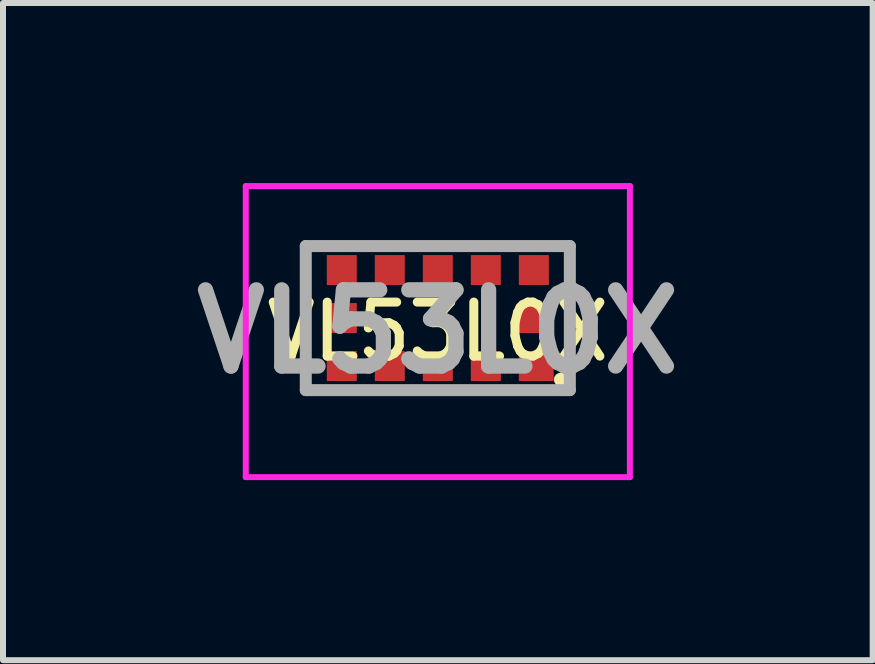
<source format=kicad_pcb>
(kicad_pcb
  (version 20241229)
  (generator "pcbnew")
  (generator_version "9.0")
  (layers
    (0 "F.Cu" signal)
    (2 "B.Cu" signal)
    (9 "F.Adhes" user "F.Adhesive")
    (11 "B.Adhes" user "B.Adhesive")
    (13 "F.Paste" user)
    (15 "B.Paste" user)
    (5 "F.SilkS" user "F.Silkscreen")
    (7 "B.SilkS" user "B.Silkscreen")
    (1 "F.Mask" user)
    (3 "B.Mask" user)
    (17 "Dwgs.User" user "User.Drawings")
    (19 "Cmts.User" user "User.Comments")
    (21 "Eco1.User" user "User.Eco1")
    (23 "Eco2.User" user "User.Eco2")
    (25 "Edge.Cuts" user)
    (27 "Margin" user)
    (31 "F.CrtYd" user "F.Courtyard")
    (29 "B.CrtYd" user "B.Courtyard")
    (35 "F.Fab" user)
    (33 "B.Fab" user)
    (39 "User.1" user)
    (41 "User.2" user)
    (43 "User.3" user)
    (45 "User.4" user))
  (footprint "VL53L0X"
    (layer "F.Cu")
    (at 4.245 2.475)
    (property "Reference" "VL53L0X" (at 0 0 0) (layer "F.SilkS") (effects (font (size 0.9 0.9) (thickness 0.15) (bold yes))))
    (attr smd)
    (fp_line (start -2.2 0.575) (end -2.2 -1.025) (stroke (width 0.1) (type solid)) (layer "F.SilkS"))
    (fp_line (start -1.8 -1.425) (end 1.8 -1.425) (stroke (width 0.1) (type solid)) (layer "F.SilkS"))
    (fp_line (start 1.8 0.975) (end -1.8 0.975) (stroke (width 0.1) (type solid)) (layer "F.SilkS"))
    (fp_line (start 2.2 -1.025) (end 2.2 0.575) (stroke (width 0.1) (type solid)) (layer "F.SilkS"))
    (fp_circle (center 2.05 0.8) (end 2.09 0.8) (stroke (width 0.15) (type solid)) (fill yes) (layer "F.SilkS"))
    (fp_line (start -3.2 -2.425) (end 3.2 -2.425) (stroke (width 0.1) (type solid)) (layer "F.CrtYd"))
    (fp_line (start -3.2 2.425) (end -3.2 -2.425) (stroke (width 0.1) (type solid)) (layer "F.CrtYd"))
    (fp_line (start 3.2 -2.425) (end 3.2 2.425) (stroke (width 0.1) (type solid)) (layer "F.CrtYd"))
    (fp_line (start 3.2 2.425) (end -3.2 2.425) (stroke (width 0.1) (type solid)) (layer "F.CrtYd"))
    (fp_line (start -2.2 -1.425) (end 2.2 -1.425) (stroke (width 0.2) (type solid)) (layer "F.Fab"))
    (fp_line (start -2.2 0.975) (end -2.2 -1.425) (stroke (width 0.2) (type solid)) (layer "F.Fab"))
    (fp_line (start 2.2 -1.425) (end 2.2 0.975) (stroke (width 0.2) (type solid)) (layer "F.Fab"))
    (fp_line (start 2.2 0.975) (end -2.2 0.975) (stroke (width 0.2) (type solid)) (layer "F.Fab"))
    (fp_text user "${REFERENCE}" (at 0 0 0) (layer "F.Fab") (effects (font (size 1.27 1.27) (thickness 0.254))))
    (pad "1" smd rect (at 1.64 0.575 90) (size 0.5 0.58) (layers "F.Cu" "F.Mask" "F.Paste"))
    (pad "2" smd rect (at 0.8 0.575 90) (size 0.5 0.5) (layers "F.Cu" "F.Mask" "F.Paste"))
    (pad "3" smd rect (at 0 0.575 90) (size 0.5 0.5) (layers "F.Cu" "F.Mask" "F.Paste"))
    (pad "4" smd rect (at -0.8 0.575 90) (size 0.5 0.5) (layers "F.Cu" "F.Mask" "F.Paste"))
    (pad "5" smd rect (at -1.6 0.575 90) (size 0.5 0.5) (layers "F.Cu" "F.Mask" "F.Paste"))
    (pad "6" smd rect (at -1.6 -0.225 90) (size 0.5 0.5) (layers "F.Cu" "F.Mask" "F.Paste"))
    (pad "7" smd rect (at -1.6 -1.025 90) (size 0.5 0.5) (layers "F.Cu" "F.Mask" "F.Paste"))
    (pad "8" smd rect (at -0.8 -1.025 90) (size 0.5 0.5) (layers "F.Cu" "F.Mask" "F.Paste"))
    (pad "9" smd rect (at 0 -1.025 90) (size 0.5 0.5) (layers "F.Cu" "F.Mask" "F.Paste"))
    (pad "10" smd rect (at 0.8 -1.025 90) (size 0.5 0.5) (layers "F.Cu" "F.Mask" "F.Paste"))
    (pad "11" smd rect (at 1.6 -1.025 90) (size 0.5 0.5) (layers "F.Cu" "F.Mask" "F.Paste"))
    (pad "12" smd rect (at 1.6 -0.225 90) (size 0.5 0.5) (layers "F.Cu" "F.Mask" "F.Paste")))
  (gr_rect
    (start -3 -3)
    (end 11.491 7.95)
    (stroke (width 0.1) (type default))
    (fill no)
    (layer "Edge.Cuts")))
</source>
